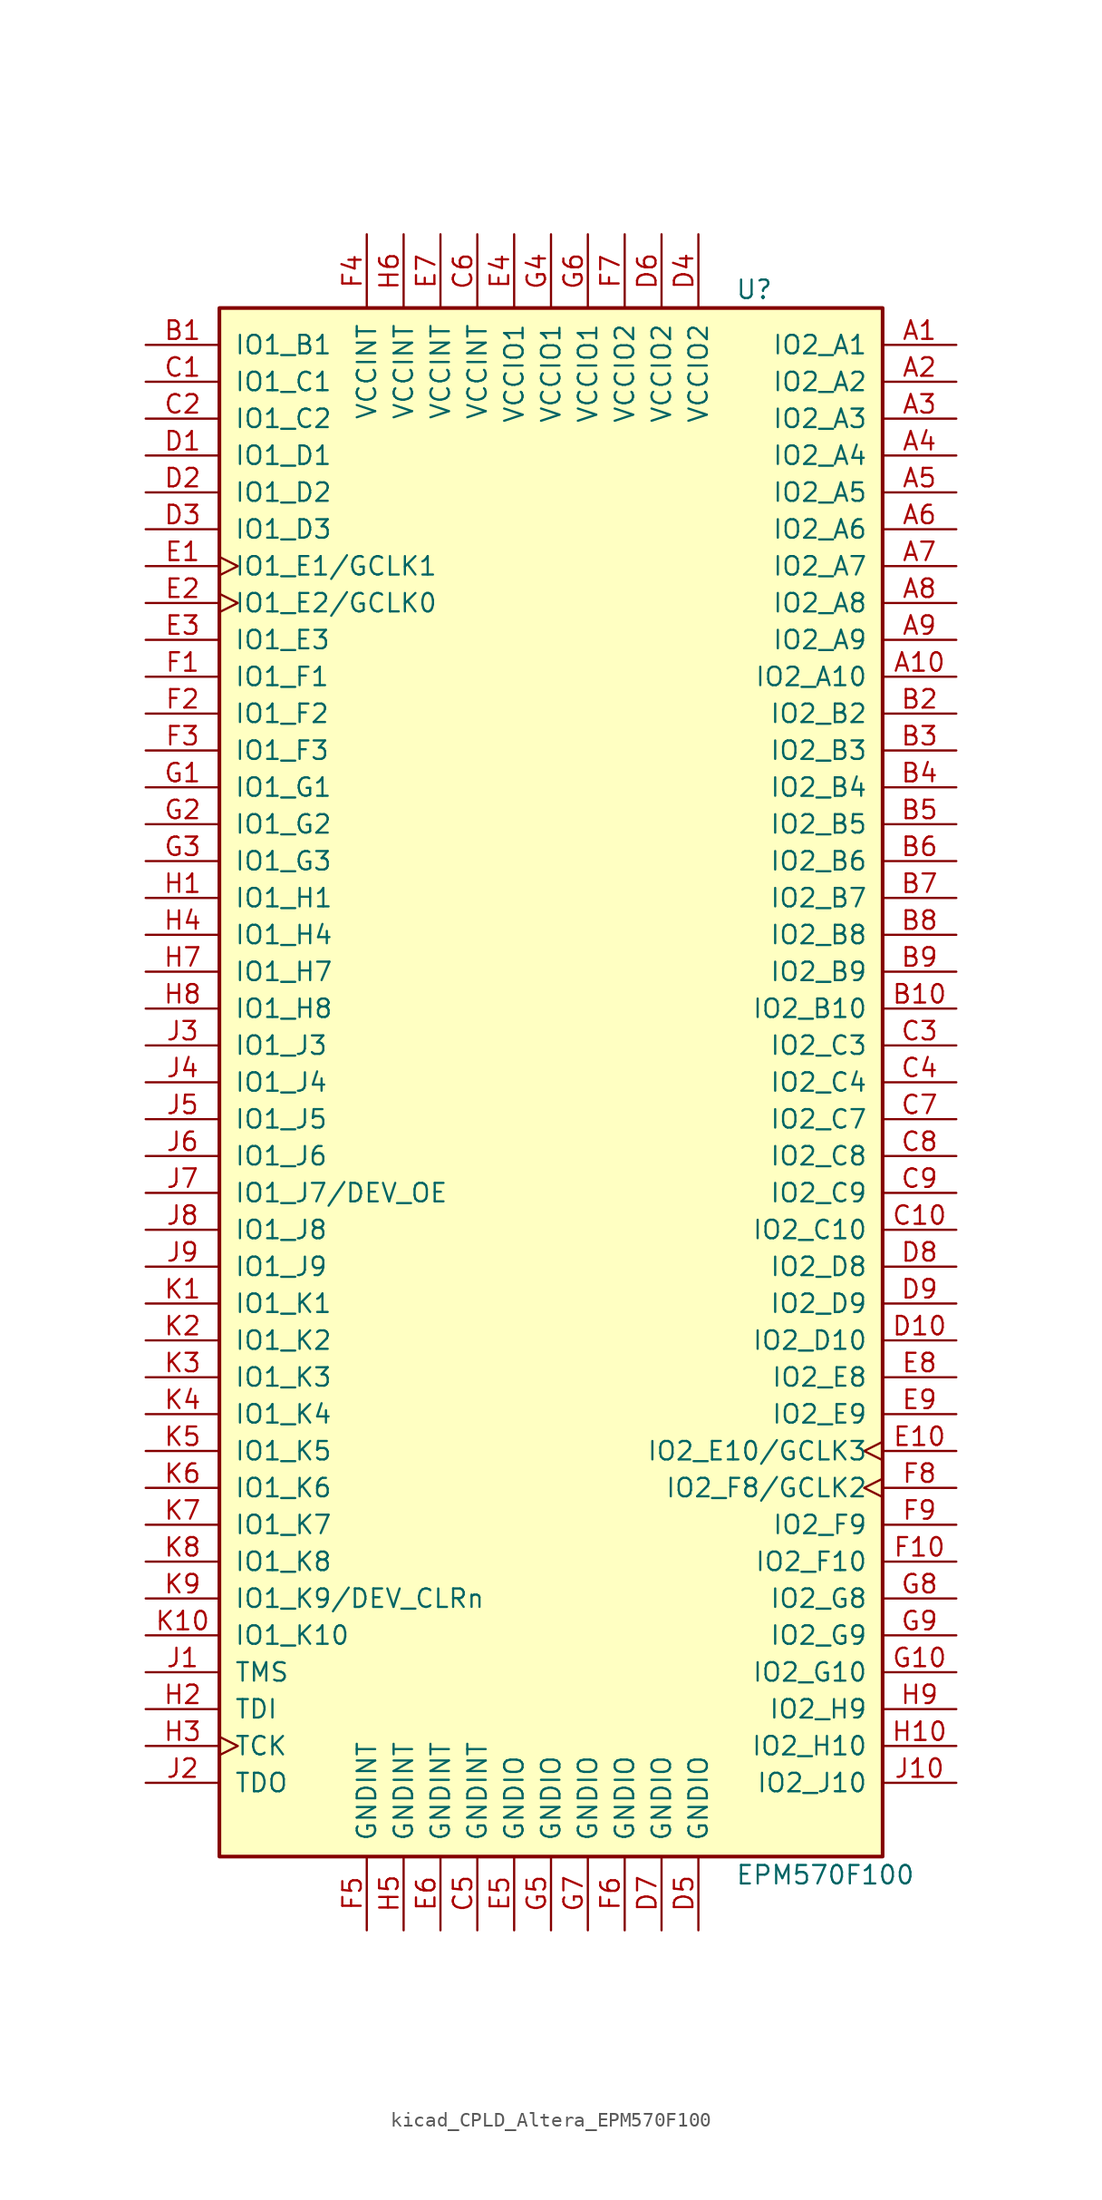
<source format=kicad_sym>
(kicad_symbol_lib
  (version 20220914)
  (generator kicad_symbol_editor)
  (symbol "kicad_CPLD_Altera_EPM570F100"
    (pin_names
      (offset 1.016))
    (property "Reference" "U"
      (at 12.7 54.61 0)
      (effects (font (size 1.27 1.27)) (justify left)))
    (property "Value" "EPM570F100"
      (at 12.7 -54.61 0)
      (effects (font (size 1.27 1.27)) (justify left)))
    (property "ki_locked" ""
      (at 0 0 0)
      (effects (font (size 1.27 1.27))))
    (symbol "kicad_CPLD_Altera_EPM570F100_1_1"
      (rectangle (start -22.86 53.34) (end 22.86 -53.34) (stroke (width 0.254) (type default)) (fill (type background)))
      (pin bidirectional line (at 27.94 50.8 180) (length 5.08) (name "IO2_A1" (effects (font (size 1.27 1.27)))) (number "A1" (effects (font (size 1.27 1.27)))))
      (pin bidirectional line (at 27.94 27.94 180) (length 5.08) (name "IO2_A10" (effects (font (size 1.27 1.27)))) (number "A10" (effects (font (size 1.27 1.27)))))
      (pin bidirectional line (at 27.94 48.26 180) (length 5.08) (name "IO2_A2" (effects (font (size 1.27 1.27)))) (number "A2" (effects (font (size 1.27 1.27)))))
      (pin bidirectional line (at 27.94 45.72 180) (length 5.08) (name "IO2_A3" (effects (font (size 1.27 1.27)))) (number "A3" (effects (font (size 1.27 1.27)))))
      (pin bidirectional line (at 27.94 43.18 180) (length 5.08) (name "IO2_A4" (effects (font (size 1.27 1.27)))) (number "A4" (effects (font (size 1.27 1.27)))))
      (pin bidirectional line (at 27.94 40.64 180) (length 5.08) (name "IO2_A5" (effects (font (size 1.27 1.27)))) (number "A5" (effects (font (size 1.27 1.27)))))
      (pin bidirectional line (at 27.94 38.1 180) (length 5.08) (name "IO2_A6" (effects (font (size 1.27 1.27)))) (number "A6" (effects (font (size 1.27 1.27)))))
      (pin bidirectional line (at 27.94 35.56 180) (length 5.08) (name "IO2_A7" (effects (font (size 1.27 1.27)))) (number "A7" (effects (font (size 1.27 1.27)))))
      (pin bidirectional line (at 27.94 33.02 180) (length 5.08) (name "IO2_A8" (effects (font (size 1.27 1.27)))) (number "A8" (effects (font (size 1.27 1.27)))))
      (pin bidirectional line (at 27.94 30.48 180) (length 5.08) (name "IO2_A9" (effects (font (size 1.27 1.27)))) (number "A9" (effects (font (size 1.27 1.27)))))
      (pin bidirectional line (at -27.94 50.8 0) (length 5.08) (name "IO1_B1" (effects (font (size 1.27 1.27)))) (number "B1" (effects (font (size 1.27 1.27)))))
      (pin bidirectional line (at 27.94 5.08 180) (length 5.08) (name "IO2_B10" (effects (font (size 1.27 1.27)))) (number "B10" (effects (font (size 1.27 1.27)))))
      (pin bidirectional line (at 27.94 25.4 180) (length 5.08) (name "IO2_B2" (effects (font (size 1.27 1.27)))) (number "B2" (effects (font (size 1.27 1.27)))))
      (pin bidirectional line (at 27.94 22.86 180) (length 5.08) (name "IO2_B3" (effects (font (size 1.27 1.27)))) (number "B3" (effects (font (size 1.27 1.27)))))
      (pin bidirectional line (at 27.94 20.32 180) (length 5.08) (name "IO2_B4" (effects (font (size 1.27 1.27)))) (number "B4" (effects (font (size 1.27 1.27)))))
      (pin bidirectional line (at 27.94 17.78 180) (length 5.08) (name "IO2_B5" (effects (font (size 1.27 1.27)))) (number "B5" (effects (font (size 1.27 1.27)))))
      (pin bidirectional line (at 27.94 15.24 180) (length 5.08) (name "IO2_B6" (effects (font (size 1.27 1.27)))) (number "B6" (effects (font (size 1.27 1.27)))))
      (pin bidirectional line (at 27.94 12.7 180) (length 5.08) (name "IO2_B7" (effects (font (size 1.27 1.27)))) (number "B7" (effects (font (size 1.27 1.27)))))
      (pin bidirectional line (at 27.94 10.16 180) (length 5.08) (name "IO2_B8" (effects (font (size 1.27 1.27)))) (number "B8" (effects (font (size 1.27 1.27)))))
      (pin bidirectional line (at 27.94 7.62 180) (length 5.08) (name "IO2_B9" (effects (font (size 1.27 1.27)))) (number "B9" (effects (font (size 1.27 1.27)))))
      (pin bidirectional line (at -27.94 48.26 0) (length 5.08) (name "IO1_C1" (effects (font (size 1.27 1.27)))) (number "C1" (effects (font (size 1.27 1.27)))))
      (pin bidirectional line (at 27.94 -10.16 180) (length 5.08) (name "IO2_C10" (effects (font (size 1.27 1.27)))) (number "C10" (effects (font (size 1.27 1.27)))))
      (pin bidirectional line (at -27.94 45.72 0) (length 5.08) (name "IO1_C2" (effects (font (size 1.27 1.27)))) (number "C2" (effects (font (size 1.27 1.27)))))
      (pin bidirectional line (at 27.94 2.54 180) (length 5.08) (name "IO2_C3" (effects (font (size 1.27 1.27)))) (number "C3" (effects (font (size 1.27 1.27)))))
      (pin bidirectional line (at 27.94 0 180) (length 5.08) (name "IO2_C4" (effects (font (size 1.27 1.27)))) (number "C4" (effects (font (size 1.27 1.27)))))
      (pin power_in line (at -5.08 -58.42 90) (length 5.08) (name "GNDINT" (effects (font (size 1.27 1.27)))) (number "C5" (effects (font (size 1.27 1.27)))))
      (pin power_in line (at -5.08 58.42 270) (length 5.08) (name "VCCINT" (effects (font (size 1.27 1.27)))) (number "C6" (effects (font (size 1.27 1.27)))))
      (pin bidirectional line (at 27.94 -2.54 180) (length 5.08) (name "IO2_C7" (effects (font (size 1.27 1.27)))) (number "C7" (effects (font (size 1.27 1.27)))))
      (pin bidirectional line (at 27.94 -5.08 180) (length 5.08) (name "IO2_C8" (effects (font (size 1.27 1.27)))) (number "C8" (effects (font (size 1.27 1.27)))))
      (pin bidirectional line (at 27.94 -7.62 180) (length 5.08) (name "IO2_C9" (effects (font (size 1.27 1.27)))) (number "C9" (effects (font (size 1.27 1.27)))))
      (pin bidirectional line (at -27.94 43.18 0) (length 5.08) (name "IO1_D1" (effects (font (size 1.27 1.27)))) (number "D1" (effects (font (size 1.27 1.27)))))
      (pin bidirectional line (at 27.94 -17.78 180) (length 5.08) (name "IO2_D10" (effects (font (size 1.27 1.27)))) (number "D10" (effects (font (size 1.27 1.27)))))
      (pin bidirectional line (at -27.94 40.64 0) (length 5.08) (name "IO1_D2" (effects (font (size 1.27 1.27)))) (number "D2" (effects (font (size 1.27 1.27)))))
      (pin bidirectional line (at -27.94 38.1 0) (length 5.08) (name "IO1_D3" (effects (font (size 1.27 1.27)))) (number "D3" (effects (font (size 1.27 1.27)))))
      (pin power_in line (at 10.16 58.42 270) (length 5.08) (name "VCCIO2" (effects (font (size 1.27 1.27)))) (number "D4" (effects (font (size 1.27 1.27)))))
      (pin power_in line (at 10.16 -58.42 90) (length 5.08) (name "GNDIO" (effects (font (size 1.27 1.27)))) (number "D5" (effects (font (size 1.27 1.27)))))
      (pin power_in line (at 7.62 58.42 270) (length 5.08) (name "VCCIO2" (effects (font (size 1.27 1.27)))) (number "D6" (effects (font (size 1.27 1.27)))))
      (pin power_in line (at 7.62 -58.42 90) (length 5.08) (name "GNDIO" (effects (font (size 1.27 1.27)))) (number "D7" (effects (font (size 1.27 1.27)))))
      (pin bidirectional line (at 27.94 -12.7 180) (length 5.08) (name "IO2_D8" (effects (font (size 1.27 1.27)))) (number "D8" (effects (font (size 1.27 1.27)))))
      (pin bidirectional line (at 27.94 -15.24 180) (length 5.08) (name "IO2_D9" (effects (font (size 1.27 1.27)))) (number "D9" (effects (font (size 1.27 1.27)))))
      (pin bidirectional clock (at -27.94 35.56 0) (length 5.08) (name "IO1_E1/GCLK1" (effects (font (size 1.27 1.27)))) (number "E1" (effects (font (size 1.27 1.27)))))
      (pin bidirectional clock (at 27.94 -25.4 180) (length 5.08) (name "IO2_E10/GCLK3" (effects (font (size 1.27 1.27)))) (number "E10" (effects (font (size 1.27 1.27)))))
      (pin bidirectional clock (at -27.94 33.02 0) (length 5.08) (name "IO1_E2/GCLK0" (effects (font (size 1.27 1.27)))) (number "E2" (effects (font (size 1.27 1.27)))))
      (pin bidirectional line (at -27.94 30.48 0) (length 5.08) (name "IO1_E3" (effects (font (size 1.27 1.27)))) (number "E3" (effects (font (size 1.27 1.27)))))
      (pin power_in line (at -2.54 58.42 270) (length 5.08) (name "VCCIO1" (effects (font (size 1.27 1.27)))) (number "E4" (effects (font (size 1.27 1.27)))))
      (pin power_in line (at -2.54 -58.42 90) (length 5.08) (name "GNDIO" (effects (font (size 1.27 1.27)))) (number "E5" (effects (font (size 1.27 1.27)))))
      (pin power_in line (at -7.62 -58.42 90) (length 5.08) (name "GNDINT" (effects (font (size 1.27 1.27)))) (number "E6" (effects (font (size 1.27 1.27)))))
      (pin power_in line (at -7.62 58.42 270) (length 5.08) (name "VCCINT" (effects (font (size 1.27 1.27)))) (number "E7" (effects (font (size 1.27 1.27)))))
      (pin bidirectional line (at 27.94 -20.32 180) (length 5.08) (name "IO2_E8" (effects (font (size 1.27 1.27)))) (number "E8" (effects (font (size 1.27 1.27)))))
      (pin bidirectional line (at 27.94 -22.86 180) (length 5.08) (name "IO2_E9" (effects (font (size 1.27 1.27)))) (number "E9" (effects (font (size 1.27 1.27)))))
      (pin bidirectional line (at -27.94 27.94 0) (length 5.08) (name "IO1_F1" (effects (font (size 1.27 1.27)))) (number "F1" (effects (font (size 1.27 1.27)))))
      (pin bidirectional line (at 27.94 -33.02 180) (length 5.08) (name "IO2_F10" (effects (font (size 1.27 1.27)))) (number "F10" (effects (font (size 1.27 1.27)))))
      (pin bidirectional line (at -27.94 25.4 0) (length 5.08) (name "IO1_F2" (effects (font (size 1.27 1.27)))) (number "F2" (effects (font (size 1.27 1.27)))))
      (pin bidirectional line (at -27.94 22.86 0) (length 5.08) (name "IO1_F3" (effects (font (size 1.27 1.27)))) (number "F3" (effects (font (size 1.27 1.27)))))
      (pin power_in line (at -12.7 58.42 270) (length 5.08) (name "VCCINT" (effects (font (size 1.27 1.27)))) (number "F4" (effects (font (size 1.27 1.27)))))
      (pin power_in line (at -12.7 -58.42 90) (length 5.08) (name "GNDINT" (effects (font (size 1.27 1.27)))) (number "F5" (effects (font (size 1.27 1.27)))))
      (pin power_in line (at 5.08 -58.42 90) (length 5.08) (name "GNDIO" (effects (font (size 1.27 1.27)))) (number "F6" (effects (font (size 1.27 1.27)))))
      (pin power_in line (at 5.08 58.42 270) (length 5.08) (name "VCCIO2" (effects (font (size 1.27 1.27)))) (number "F7" (effects (font (size 1.27 1.27)))))
      (pin bidirectional clock (at 27.94 -27.94 180) (length 5.08) (name "IO2_F8/GCLK2" (effects (font (size 1.27 1.27)))) (number "F8" (effects (font (size 1.27 1.27)))))
      (pin bidirectional line (at 27.94 -30.48 180) (length 5.08) (name "IO2_F9" (effects (font (size 1.27 1.27)))) (number "F9" (effects (font (size 1.27 1.27)))))
      (pin bidirectional line (at -27.94 20.32 0) (length 5.08) (name "IO1_G1" (effects (font (size 1.27 1.27)))) (number "G1" (effects (font (size 1.27 1.27)))))
      (pin bidirectional line (at 27.94 -40.64 180) (length 5.08) (name "IO2_G10" (effects (font (size 1.27 1.27)))) (number "G10" (effects (font (size 1.27 1.27)))))
      (pin bidirectional line (at -27.94 17.78 0) (length 5.08) (name "IO1_G2" (effects (font (size 1.27 1.27)))) (number "G2" (effects (font (size 1.27 1.27)))))
      (pin bidirectional line (at -27.94 15.24 0) (length 5.08) (name "IO1_G3" (effects (font (size 1.27 1.27)))) (number "G3" (effects (font (size 1.27 1.27)))))
      (pin power_in line (at 0 58.42 270) (length 5.08) (name "VCCIO1" (effects (font (size 1.27 1.27)))) (number "G4" (effects (font (size 1.27 1.27)))))
      (pin power_in line (at 0 -58.42 90) (length 5.08) (name "GNDIO" (effects (font (size 1.27 1.27)))) (number "G5" (effects (font (size 1.27 1.27)))))
      (pin power_in line (at 2.54 58.42 270) (length 5.08) (name "VCCIO1" (effects (font (size 1.27 1.27)))) (number "G6" (effects (font (size 1.27 1.27)))))
      (pin power_in line (at 2.54 -58.42 90) (length 5.08) (name "GNDIO" (effects (font (size 1.27 1.27)))) (number "G7" (effects (font (size 1.27 1.27)))))
      (pin bidirectional line (at 27.94 -35.56 180) (length 5.08) (name "IO2_G8" (effects (font (size 1.27 1.27)))) (number "G8" (effects (font (size 1.27 1.27)))))
      (pin bidirectional line (at 27.94 -38.1 180) (length 5.08) (name "IO2_G9" (effects (font (size 1.27 1.27)))) (number "G9" (effects (font (size 1.27 1.27)))))
      (pin bidirectional line (at -27.94 12.7 0) (length 5.08) (name "IO1_H1" (effects (font (size 1.27 1.27)))) (number "H1" (effects (font (size 1.27 1.27)))))
      (pin bidirectional line (at 27.94 -45.72 180) (length 5.08) (name "IO2_H10" (effects (font (size 1.27 1.27)))) (number "H10" (effects (font (size 1.27 1.27)))))
      (pin input line (at -27.94 -43.18 0) (length 5.08) (name "TDI" (effects (font (size 1.27 1.27)))) (number "H2" (effects (font (size 1.27 1.27)))))
      (pin input clock (at -27.94 -45.72 0) (length 5.08) (name "TCK" (effects (font (size 1.27 1.27)))) (number "H3" (effects (font (size 1.27 1.27)))))
      (pin bidirectional line (at -27.94 10.16 0) (length 5.08) (name "IO1_H4" (effects (font (size 1.27 1.27)))) (number "H4" (effects (font (size 1.27 1.27)))))
      (pin power_in line (at -10.16 -58.42 90) (length 5.08) (name "GNDINT" (effects (font (size 1.27 1.27)))) (number "H5" (effects (font (size 1.27 1.27)))))
      (pin power_in line (at -10.16 58.42 270) (length 5.08) (name "VCCINT" (effects (font (size 1.27 1.27)))) (number "H6" (effects (font (size 1.27 1.27)))))
      (pin bidirectional line (at -27.94 7.62 0) (length 5.08) (name "IO1_H7" (effects (font (size 1.27 1.27)))) (number "H7" (effects (font (size 1.27 1.27)))))
      (pin bidirectional line (at -27.94 5.08 0) (length 5.08) (name "IO1_H8" (effects (font (size 1.27 1.27)))) (number "H8" (effects (font (size 1.27 1.27)))))
      (pin bidirectional line (at 27.94 -43.18 180) (length 5.08) (name "IO2_H9" (effects (font (size 1.27 1.27)))) (number "H9" (effects (font (size 1.27 1.27)))))
      (pin input line (at -27.94 -40.64 0) (length 5.08) (name "TMS" (effects (font (size 1.27 1.27)))) (number "J1" (effects (font (size 1.27 1.27)))))
      (pin bidirectional line (at 27.94 -48.26 180) (length 5.08) (name "IO2_J10" (effects (font (size 1.27 1.27)))) (number "J10" (effects (font (size 1.27 1.27)))))
      (pin output line (at -27.94 -48.26 0) (length 5.08) (name "TDO" (effects (font (size 1.27 1.27)))) (number "J2" (effects (font (size 1.27 1.27)))))
      (pin bidirectional line (at -27.94 2.54 0) (length 5.08) (name "IO1_J3" (effects (font (size 1.27 1.27)))) (number "J3" (effects (font (size 1.27 1.27)))))
      (pin bidirectional line (at -27.94 0 0) (length 5.08) (name "IO1_J4" (effects (font (size 1.27 1.27)))) (number "J4" (effects (font (size 1.27 1.27)))))
      (pin bidirectional line (at -27.94 -2.54 0) (length 5.08) (name "IO1_J5" (effects (font (size 1.27 1.27)))) (number "J5" (effects (font (size 1.27 1.27)))))
      (pin bidirectional line (at -27.94 -5.08 0) (length 5.08) (name "IO1_J6" (effects (font (size 1.27 1.27)))) (number "J6" (effects (font (size 1.27 1.27)))))
      (pin bidirectional line (at -27.94 -7.62 0) (length 5.08) (name "IO1_J7/DEV_OE" (effects (font (size 1.27 1.27)))) (number "J7" (effects (font (size 1.27 1.27)))))
      (pin bidirectional line (at -27.94 -10.16 0) (length 5.08) (name "IO1_J8" (effects (font (size 1.27 1.27)))) (number "J8" (effects (font (size 1.27 1.27)))))
      (pin bidirectional line (at -27.94 -12.7 0) (length 5.08) (name "IO1_J9" (effects (font (size 1.27 1.27)))) (number "J9" (effects (font (size 1.27 1.27)))))
      (pin bidirectional line (at -27.94 -15.24 0) (length 5.08) (name "IO1_K1" (effects (font (size 1.27 1.27)))) (number "K1" (effects (font (size 1.27 1.27)))))
      (pin bidirectional line (at -27.94 -38.1 0) (length 5.08) (name "IO1_K10" (effects (font (size 1.27 1.27)))) (number "K10" (effects (font (size 1.27 1.27)))))
      (pin bidirectional line (at -27.94 -17.78 0) (length 5.08) (name "IO1_K2" (effects (font (size 1.27 1.27)))) (number "K2" (effects (font (size 1.27 1.27)))))
      (pin bidirectional line (at -27.94 -20.32 0) (length 5.08) (name "IO1_K3" (effects (font (size 1.27 1.27)))) (number "K3" (effects (font (size 1.27 1.27)))))
      (pin bidirectional line (at -27.94 -22.86 0) (length 5.08) (name "IO1_K4" (effects (font (size 1.27 1.27)))) (number "K4" (effects (font (size 1.27 1.27)))))
      (pin bidirectional line (at -27.94 -25.4 0) (length 5.08) (name "IO1_K5" (effects (font (size 1.27 1.27)))) (number "K5" (effects (font (size 1.27 1.27)))))
      (pin bidirectional line (at -27.94 -27.94 0) (length 5.08) (name "IO1_K6" (effects (font (size 1.27 1.27)))) (number "K6" (effects (font (size 1.27 1.27)))))
      (pin bidirectional line (at -27.94 -30.48 0) (length 5.08) (name "IO1_K7" (effects (font (size 1.27 1.27)))) (number "K7" (effects (font (size 1.27 1.27)))))
      (pin bidirectional line (at -27.94 -33.02 0) (length 5.08) (name "IO1_K8" (effects (font (size 1.27 1.27)))) (number "K8" (effects (font (size 1.27 1.27)))))
      (pin bidirectional line (at -27.94 -35.56 0) (length 5.08) (name "IO1_K9/DEV_CLRn" (effects (font (size 1.27 1.27)))) (number "K9" (effects (font (size 1.27 1.27))))))))
</source>
